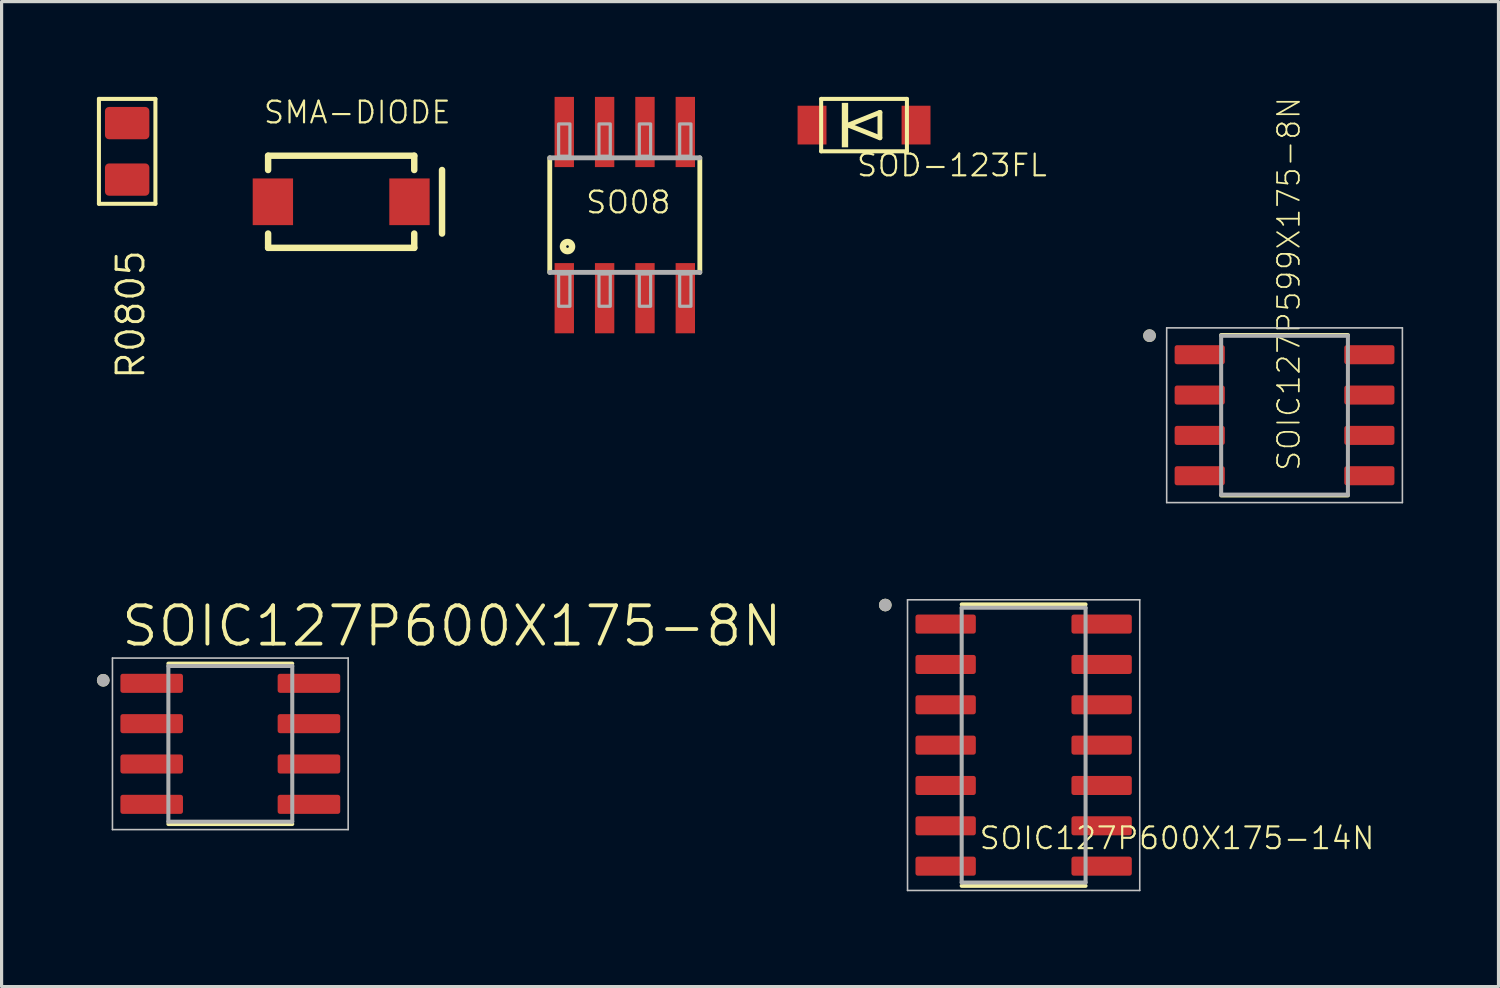
<source format=kicad_pcb>
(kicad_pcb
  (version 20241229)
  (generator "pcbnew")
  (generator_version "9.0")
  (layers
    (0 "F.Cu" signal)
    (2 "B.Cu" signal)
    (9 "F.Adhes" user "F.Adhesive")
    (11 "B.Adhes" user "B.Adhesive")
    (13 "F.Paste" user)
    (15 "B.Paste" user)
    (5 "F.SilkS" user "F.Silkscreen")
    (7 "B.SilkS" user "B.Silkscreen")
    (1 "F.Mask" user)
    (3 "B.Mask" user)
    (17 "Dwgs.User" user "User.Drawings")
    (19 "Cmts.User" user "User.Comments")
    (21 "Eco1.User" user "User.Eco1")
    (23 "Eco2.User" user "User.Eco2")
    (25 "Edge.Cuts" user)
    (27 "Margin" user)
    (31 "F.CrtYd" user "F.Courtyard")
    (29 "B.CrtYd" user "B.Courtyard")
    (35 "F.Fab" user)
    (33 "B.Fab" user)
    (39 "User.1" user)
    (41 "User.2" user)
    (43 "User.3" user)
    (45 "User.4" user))
  (footprint "R0805"
    (layer "F.Cu")
    (at 0.953 1.714)
    (property "Reference" "R0805" (at -0.384 3.045 270) (layer "F.SilkS") (effects (font (size 0.845 0.845) (thickness 0.093)) (justify right top)))
    (attr through_hole)
    (fp_line (start -0.889 -1.651) (end 0.889 -1.651) (stroke (width 0.127) (type solid)) (layer "F.SilkS"))
    (fp_line (start -0.889 1.651) (end -0.889 -1.651) (stroke (width 0.127) (type solid)) (layer "F.SilkS"))
    (fp_line (start 0.889 -1.651) (end 0.889 1.651) (stroke (width 0.127) (type solid)) (layer "F.SilkS"))
    (fp_line (start 0.889 1.651) (end -0.889 1.651) (stroke (width 0.127) (type solid)) (layer "F.SilkS"))
    (pad "1" smd roundrect (at 0 -0.889 270) (size 1.016 1.397) (layers "F.Cu" "F.Mask" "F.Paste") (roundrect_rratio 0.125))
    (pad "2" smd roundrect (at 0 0.889 270) (size 1.016 1.397) (layers "F.Cu" "F.Mask" "F.Paste") (roundrect_rratio 0.125)))
  (footprint "SOIC127P600X175-14N"
    (layer "F.Cu")
    (at 29.173 20.406)
    (property "Reference" "SOIC127P600X175-14N" (at -1.437 3.33 180) (layer "F.SilkS") (effects (font (size 0.684 0.684) (thickness 0.068)) (justify left bottom)))
    (attr through_hole)
    (fp_line (start -1.95 -4.43) (end 1.95 -4.43) (stroke (width 0.127) (type solid)) (layer "F.SilkS"))
    (fp_line (start -1.95 4.43) (end 1.95 4.43) (stroke (width 0.127) (type solid)) (layer "F.SilkS"))
    (fp_circle (center -4.355 -4.41) (end -4.255 -4.41) (stroke (width 0.2) (type solid)) (fill no) (layer "F.SilkS"))
    (fp_line (start -3.655 -4.575) (end -3.655 4.575) (stroke (width 0.05) (type solid)) (layer "Dwgs.User"))
    (fp_line (start -3.655 -4.575) (end 3.655 -4.575) (stroke (width 0.05) (type solid)) (layer "Dwgs.User"))
    (fp_line (start -3.655 4.575) (end 3.655 4.575) (stroke (width 0.05) (type solid)) (layer "Dwgs.User"))
    (fp_line (start 3.655 -4.575) (end 3.655 4.575) (stroke (width 0.05) (type solid)) (layer "Dwgs.User"))
    (fp_line (start -1.95 -4.325) (end -1.95 4.325) (stroke (width 0.127) (type solid)) (layer "F.Fab"))
    (fp_line (start -1.95 -4.325) (end 1.95 -4.325) (stroke (width 0.127) (type solid)) (layer "F.Fab"))
    (fp_line (start -1.95 4.325) (end 1.95 4.325) (stroke (width 0.127) (type solid)) (layer "F.Fab"))
    (fp_line (start 1.95 -4.325) (end 1.95 4.325) (stroke (width 0.127) (type solid)) (layer "F.Fab"))
    (fp_circle (center -4.355 -4.41) (end -4.255 -4.41) (stroke (width 0.2) (type solid)) (fill no) (layer "F.Fab"))
    (pad "1" smd roundrect (at -2.455 -3.81) (size 1.9 0.6) (layers "F.Cu" "F.Mask" "F.Paste") (roundrect_rratio 0.125))
    (pad "2" smd roundrect (at -2.455 -2.54) (size 1.9 0.6) (layers "F.Cu" "F.Mask" "F.Paste") (roundrect_rratio 0.125))
    (pad "3" smd roundrect (at -2.455 -1.27) (size 1.9 0.6) (layers "F.Cu" "F.Mask" "F.Paste") (roundrect_rratio 0.125))
    (pad "4" smd roundrect (at -2.455 0) (size 1.9 0.6) (layers "F.Cu" "F.Mask" "F.Paste") (roundrect_rratio 0.125))
    (pad "5" smd roundrect (at -2.455 1.27) (size 1.9 0.6) (layers "F.Cu" "F.Mask" "F.Paste") (roundrect_rratio 0.125))
    (pad "6" smd roundrect (at -2.455 2.54) (size 1.9 0.6) (layers "F.Cu" "F.Mask" "F.Paste") (roundrect_rratio 0.125))
    (pad "7" smd roundrect (at -2.455 3.81) (size 1.9 0.6) (layers "F.Cu" "F.Mask" "F.Paste") (roundrect_rratio 0.125))
    (pad "8" smd roundrect (at 2.455 3.81) (size 1.9 0.6) (layers "F.Cu" "F.Mask" "F.Paste") (roundrect_rratio 0.125))
    (pad "9" smd roundrect (at 2.455 2.54) (size 1.9 0.6) (layers "F.Cu" "F.Mask" "F.Paste") (roundrect_rratio 0.125))
    (pad "10" smd roundrect (at 2.455 1.27) (size 1.9 0.6) (layers "F.Cu" "F.Mask" "F.Paste") (roundrect_rratio 0.125))
    (pad "11" smd roundrect (at 2.455 0) (size 1.9 0.6) (layers "F.Cu" "F.Mask" "F.Paste") (roundrect_rratio 0.125))
    (pad "12" smd roundrect (at 2.455 -1.27) (size 1.9 0.6) (layers "F.Cu" "F.Mask" "F.Paste") (roundrect_rratio 0.125))
    (pad "13" smd roundrect (at 2.455 -2.54) (size 1.9 0.6) (layers "F.Cu" "F.Mask" "F.Paste") (roundrect_rratio 0.125))
    (pad "14" smd roundrect (at 2.455 -3.81) (size 1.9 0.6) (layers "F.Cu" "F.Mask" "F.Paste") (roundrect_rratio 0.125)))
  (footprint "SOD-123FL"
    (layer "F.Cu")
    (at 24.149 0.888)
    (property "Reference" "SOD-123FL" (at -0.275 1.667 180) (layer "F.SilkS") (effects (font (size 0.684 0.684) (thickness 0.068)) (justify left bottom)))
    (attr through_hole)
    (fp_line (start -1.35 -0.825) (end 1.35 -0.825) (stroke (width 0.127) (type solid)) (layer "F.SilkS"))
    (fp_line (start -1.35 0.825) (end -1.35 -0.825) (stroke (width 0.127) (type solid)) (layer "F.SilkS"))
    (fp_line (start -0.5 0) (end 0.5 -0.4) (stroke (width 0.152) (type solid)) (layer "F.SilkS"))
    (fp_line (start 0.5 -0.4) (end 0.5 0.4) (stroke (width 0.152) (type solid)) (layer "F.SilkS"))
    (fp_line (start 0.5 0.4) (end -0.5 0) (stroke (width 0.152) (type solid)) (layer "F.SilkS"))
    (fp_line (start 1.35 -0.825) (end 1.35 0.825) (stroke (width 0.127) (type solid)) (layer "F.SilkS"))
    (fp_line (start 1.35 0.825) (end -1.35 0.825) (stroke (width 0.127) (type solid)) (layer "F.SilkS"))
    (fp_poly (pts (xy -0.7 0.7) (xy -0.5 0.7) (xy -0.5 -0.7) (xy -0.7 -0.7)) (stroke (width 0) (type solid)) (fill yes) (layer "F.SilkS"))
    (pad "A" smd rect (at 1.637 0) (size 0.91 1.22) (layers "F.Cu" "F.Mask" "F.Paste"))
    (pad "C" smd rect (at -1.637 0) (size 0.91 1.22) (layers "F.Cu" "F.Mask" "F.Paste")))
  (footprint "SO08"
    (layer "F.Cu")
    (at 16.618 3.721)
    (property "Reference" "SO08" (at -1.27 0 180) (layer "F.SilkS") (effects (font (size 0.684 0.684) (thickness 0.068)) (justify left bottom)))
    (attr through_hole)
    (fp_line (start -2.362 -1.803) (end -2.362 1.803) (stroke (width 0.152) (type solid)) (layer "F.SilkS"))
    (fp_line (start 2.362 1.803) (end 2.362 -1.803) (stroke (width 0.152) (type solid)) (layer "F.SilkS"))
    (fp_circle (center -1.803 0.991) (end -1.66 0.991) (stroke (width 0.203) (type solid)) (fill no) (layer "F.SilkS"))
    (fp_line (start -2.362 1.803) (end 2.362 1.803) (stroke (width 0.152) (type solid)) (layer "F.Fab"))
    (fp_line (start 2.362 -1.803) (end -2.362 -1.803) (stroke (width 0.152) (type solid)) (layer "F.Fab"))
    (fp_poly (pts (xy -2.083 -1.854) (xy -1.727 -1.854) (xy -1.727 -2.87) (xy -2.083 -2.87)) (stroke (width 0.1) (type solid)) (fill no) (layer "F.Fab"))
    (fp_poly (pts (xy -2.083 2.87) (xy -1.727 2.87) (xy -1.727 1.854) (xy -2.083 1.854)) (stroke (width 0.1) (type solid)) (fill no) (layer "F.Fab"))
    (fp_poly (pts (xy -0.813 -1.854) (xy -0.457 -1.854) (xy -0.457 -2.87) (xy -0.813 -2.87)) (stroke (width 0.1) (type solid)) (fill no) (layer "F.Fab"))
    (fp_poly (pts (xy -0.813 2.87) (xy -0.457 2.87) (xy -0.457 1.854) (xy -0.813 1.854)) (stroke (width 0.1) (type solid)) (fill no) (layer "F.Fab"))
    (fp_poly (pts (xy 0.457 -1.854) (xy 0.813 -1.854) (xy 0.813 -2.87) (xy 0.457 -2.87)) (stroke (width 0.1) (type solid)) (fill no) (layer "F.Fab"))
    (fp_poly (pts (xy 0.457 2.87) (xy 0.813 2.87) (xy 0.813 1.854) (xy 0.457 1.854)) (stroke (width 0.1) (type solid)) (fill no) (layer "F.Fab"))
    (fp_poly (pts (xy 1.727 -1.854) (xy 2.083 -1.854) (xy 2.083 -2.87) (xy 1.727 -2.87)) (stroke (width 0.1) (type solid)) (fill no) (layer "F.Fab"))
    (fp_poly (pts (xy 1.727 2.87) (xy 2.083 2.87) (xy 2.083 1.854) (xy 1.727 1.854)) (stroke (width 0.1) (type solid)) (fill no) (layer "F.Fab"))
    (pad "1" smd rect (at -1.905 2.616) (size 0.61 2.21) (layers "F.Cu" "F.Mask" "F.Paste"))
    (pad "2" smd rect (at -0.635 2.616) (size 0.61 2.21) (layers "F.Cu" "F.Mask" "F.Paste"))
    (pad "3" smd rect (at 0.635 2.616) (size 0.61 2.21) (layers "F.Cu" "F.Mask" "F.Paste"))
    (pad "4" smd rect (at 1.905 2.616) (size 0.61 2.21) (layers "F.Cu" "F.Mask" "F.Paste"))
    (pad "5" smd rect (at 1.905 -2.616) (size 0.61 2.21) (layers "F.Cu" "F.Mask" "F.Paste"))
    (pad "6" smd rect (at 0.635 -2.616) (size 0.61 2.21) (layers "F.Cu" "F.Mask" "F.Paste"))
    (pad "7" smd rect (at -0.635 -2.616) (size 0.61 2.21) (layers "F.Cu" "F.Mask" "F.Paste"))
    (pad "8" smd rect (at -1.905 -2.616) (size 0.61 2.21) (layers "F.Cu" "F.Mask" "F.Paste")))
  (footprint "SOIC127P600X175-8N"
    (layer "F.Cu")
    (at 4.2 20.365)
    (property "Reference" "SOIC127P600X175-8N" (at -3.5 -3 180) (layer "F.SilkS") (effects (font (size 1.206 1.206) (thickness 0.121)) (justify left bottom)))
    (attr through_hole)
    (fp_line (start -1.95 2.525) (end 1.95 2.525) (stroke (width 0.127) (type solid)) (layer "F.SilkS"))
    (fp_line (start 1.95 -2.525) (end -1.95 -2.525) (stroke (width 0.127) (type solid)) (layer "F.SilkS"))
    (fp_circle (center -4 -2) (end -3.9 -2) (stroke (width 0.2) (type solid)) (fill no) (layer "F.SilkS"))
    (fp_line (start -3.71 -2.7) (end 3.71 -2.7) (stroke (width 0.05) (type solid)) (layer "Dwgs.User"))
    (fp_line (start -3.71 2.7) (end -3.71 -2.7) (stroke (width 0.05) (type solid)) (layer "Dwgs.User"))
    (fp_line (start 3.71 -2.7) (end 3.71 2.7) (stroke (width 0.05) (type solid)) (layer "Dwgs.User"))
    (fp_line (start 3.71 2.7) (end -3.71 2.7) (stroke (width 0.05) (type solid)) (layer "Dwgs.User"))
    (fp_line (start -1.95 -2.45) (end -1.95 2.45) (stroke (width 0.127) (type solid)) (layer "F.Fab"))
    (fp_line (start -1.95 2.45) (end 1.95 2.45) (stroke (width 0.127) (type solid)) (layer "F.Fab"))
    (fp_line (start 1.95 -2.45) (end -1.95 -2.45) (stroke (width 0.127) (type solid)) (layer "F.Fab"))
    (fp_line (start 1.95 2.45) (end 1.95 -2.45) (stroke (width 0.127) (type solid)) (layer "F.Fab"))
    (fp_circle (center -4 -2) (end -3.9 -2) (stroke (width 0.2) (type solid)) (fill no) (layer "F.Fab"))
    (pad "1" smd roundrect (at -2.475 -1.905) (size 1.97 0.6) (layers "F.Cu" "F.Mask" "F.Paste") (roundrect_rratio 0.125))
    (pad "2" smd roundrect (at -2.475 -0.635) (size 1.97 0.6) (layers "F.Cu" "F.Mask" "F.Paste") (roundrect_rratio 0.125))
    (pad "3" smd roundrect (at -2.475 0.635) (size 1.97 0.6) (layers "F.Cu" "F.Mask" "F.Paste") (roundrect_rratio 0.125))
    (pad "4" smd roundrect (at -2.475 1.905) (size 1.97 0.6) (layers "F.Cu" "F.Mask" "F.Paste") (roundrect_rratio 0.125))
    (pad "5" smd roundrect (at 2.475 1.905 180) (size 1.97 0.6) (layers "F.Cu" "F.Mask" "F.Paste") (roundrect_rratio 0.125))
    (pad "6" smd roundrect (at 2.475 0.635 180) (size 1.97 0.6) (layers "F.Cu" "F.Mask" "F.Paste") (roundrect_rratio 0.125))
    (pad "7" smd roundrect (at 2.475 -0.635 180) (size 1.97 0.6) (layers "F.Cu" "F.Mask" "F.Paste") (roundrect_rratio 0.125))
    (pad "8" smd roundrect (at 2.475 -1.905 180) (size 1.97 0.6) (layers "F.Cu" "F.Mask" "F.Paste") (roundrect_rratio 0.125)))
  (footprint "SMA-DIODE"
    (layer "F.Cu")
    (at 7.69 3.302)
    (property "Reference" "SMA-DIODE" (at 0.508 -2.413 0) (layer "F.SilkS") (effects (font (size 0.684 0.684) (thickness 0.068)) (justify bottom)))
    (attr through_hole)
    (fp_line (start -2.3 -1.45) (end 2.3 -1.45) (stroke (width 0.203) (type solid)) (layer "F.SilkS"))
    (fp_line (start -2.3 -1) (end -2.3 -1.45) (stroke (width 0.203) (type solid)) (layer "F.SilkS"))
    (fp_line (start -2.3 1.45) (end -2.3 1) (stroke (width 0.203) (type solid)) (layer "F.SilkS"))
    (fp_line (start 2.3 -1.45) (end 2.3 -1) (stroke (width 0.203) (type solid)) (layer "F.SilkS"))
    (fp_line (start 2.3 1) (end 2.3 1.45) (stroke (width 0.203) (type solid)) (layer "F.SilkS"))
    (fp_line (start 2.3 1.45) (end -2.3 1.45) (stroke (width 0.203) (type solid)) (layer "F.SilkS"))
    (fp_line (start 3.175 -1) (end 3.175 1) (stroke (width 0.203) (type solid)) (layer "F.SilkS"))
    (pad "A" smd rect (at -2.15 0 180) (size 1.27 1.47) (layers "F.Cu" "F.Mask" "F.Paste"))
    (pad "C" smd rect (at 2.15 0) (size 1.27 1.47) (layers "F.Cu" "F.Mask" "F.Paste")))
  (footprint "SOIC127P599X175-8N"
    (layer "F.Cu")
    (at 37.386 10.021)
    (property "Reference" "SOIC127P599X175-8N" (at 0.536 1.797 90) (layer "F.SilkS") (effects (font (size 0.684 0.684) (thickness 0.055)) (justify left bottom)))
    (attr through_hole)
    (fp_line (start -1.995 -2.525) (end 1.995 -2.525) (stroke (width 0.127) (type solid)) (layer "F.SilkS"))
    (fp_line (start -1.995 2.525) (end 1.995 2.525) (stroke (width 0.127) (type solid)) (layer "F.SilkS"))
    (fp_circle (center -4.25 -2.505) (end -4.15 -2.505) (stroke (width 0.2) (type solid)) (fill no) (layer "F.SilkS"))
    (fp_line (start -3.71 -2.75) (end -3.71 2.75) (stroke (width 0.05) (type solid)) (layer "Dwgs.User"))
    (fp_line (start -3.71 -2.75) (end 3.71 -2.75) (stroke (width 0.05) (type solid)) (layer "Dwgs.User"))
    (fp_line (start -3.71 2.75) (end 3.71 2.75) (stroke (width 0.05) (type solid)) (layer "Dwgs.User"))
    (fp_line (start 3.71 -2.75) (end 3.71 2.75) (stroke (width 0.05) (type solid)) (layer "Dwgs.User"))
    (fp_line (start -1.995 -2.5) (end -1.995 2.5) (stroke (width 0.127) (type solid)) (layer "F.Fab"))
    (fp_line (start -1.995 -2.5) (end 1.995 -2.5) (stroke (width 0.127) (type solid)) (layer "F.Fab"))
    (fp_line (start -1.995 2.5) (end 1.995 2.5) (stroke (width 0.127) (type solid)) (layer "F.Fab"))
    (fp_line (start 1.995 -2.5) (end 1.995 2.5) (stroke (width 0.127) (type solid)) (layer "F.Fab"))
    (fp_circle (center -4.25 -2.505) (end -4.15 -2.505) (stroke (width 0.2) (type solid)) (fill no) (layer "F.Fab"))
    (pad "1" smd roundrect (at -2.67 -1.905) (size 1.58 0.6) (layers "F.Cu" "F.Mask" "F.Paste") (roundrect_rratio 0.125))
    (pad "2" smd roundrect (at -2.67 -0.635) (size 1.58 0.6) (layers "F.Cu" "F.Mask" "F.Paste") (roundrect_rratio 0.125))
    (pad "3" smd roundrect (at -2.67 0.635) (size 1.58 0.6) (layers "F.Cu" "F.Mask" "F.Paste") (roundrect_rratio 0.125))
    (pad "4" smd roundrect (at -2.67 1.905) (size 1.58 0.6) (layers "F.Cu" "F.Mask" "F.Paste") (roundrect_rratio 0.125))
    (pad "5" smd roundrect (at 2.67 1.905) (size 1.58 0.6) (layers "F.Cu" "F.Mask" "F.Paste") (roundrect_rratio 0.125))
    (pad "6" smd roundrect (at 2.67 0.635) (size 1.58 0.6) (layers "F.Cu" "F.Mask" "F.Paste") (roundrect_rratio 0.125))
    (pad "7" smd roundrect (at 2.67 -0.635) (size 1.58 0.6) (layers "F.Cu" "F.Mask" "F.Paste") (roundrect_rratio 0.125))
    (pad "8" smd roundrect (at 2.67 -1.905) (size 1.58 0.6) (layers "F.Cu" "F.Mask" "F.Paste") (roundrect_rratio 0.125)))
  (gr_rect
    (start -3 -3)
    (end 44.121 28.006)
    (stroke (width 0.1) (type default))
    (fill no)
    (layer "Edge.Cuts")))
</source>
